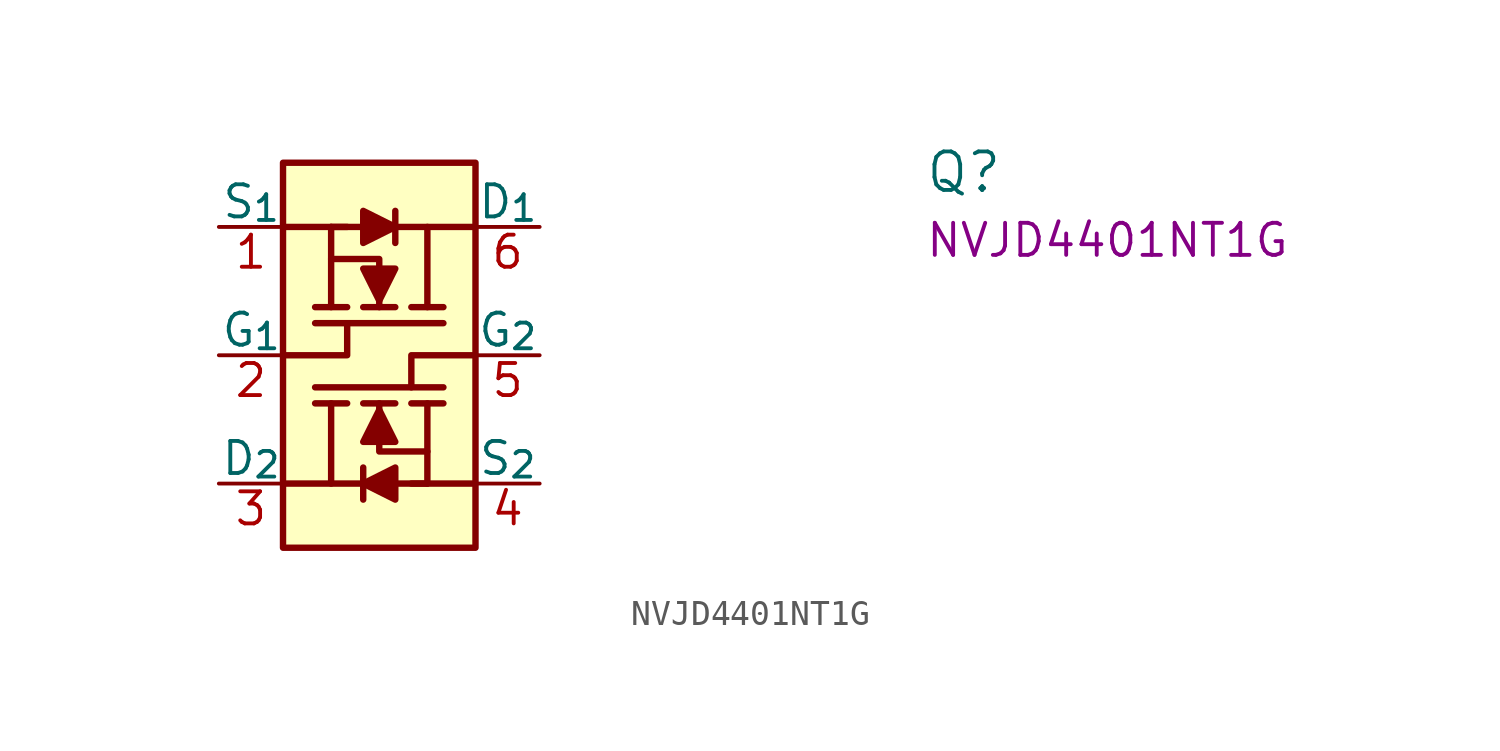
<source format=kicad_sym>
(kicad_symbol_lib
  (version 20220914)
  (generator kicad_symbol_editor)
  (symbol "NVJD4401NT1G"
    (pin_names
      (offset 0))
    (property "Reference" "Q"
      (at 27.94 1.27 0)
      (effects (font (size 1.524 1.524)) (justify left bottom)))
    (property "MPN" "NVJD4401NT1G"
      (at 27.94 -1.27 0)
      (effects (font (size 1.27 1.27)) (justify left bottom)))
    (symbol "NVJD4401NT1G_1_1"
      (polyline (pts (xy 2.54 0) (xy 10.16 0)) (stroke (width 0.254) (type default)) (fill (type background)))
      (polyline (pts (xy 3.81 -6.35) (xy 8.89 -6.35)) (stroke (width 0.254) (type default)) (fill (type background)))
      (polyline (pts (xy 4.445 -6.985) (xy 4.445 -10.16)) (stroke (width 0.254) (type default)) (fill (type background)))
      (polyline (pts (xy 4.445 -1.27) (xy 4.445 0)) (stroke (width 0.254) (type default)) (fill (type background)))
      (polyline (pts (xy 5.08 -6.985) (xy 3.81 -6.985)) (stroke (width 0.254) (type default)) (fill (type background)))
      (polyline (pts (xy 5.08 -3.175) (xy 3.81 -3.175)) (stroke (width 0.254) (type default)) (fill (type background)))
      (polyline (pts (xy 5.08 0) (xy 4.445 0)) (stroke (width 0.254) (type default)) (fill (type background)))
      (polyline (pts (xy 5.715 -10.795) (xy 5.715 -9.525)) (stroke (width 0.254) (type default)) (fill (type background)))
      (polyline (pts (xy 5.715 -3.175) (xy 6.985 -3.175)) (stroke (width 0.254) (type default)) (fill (type background)))
      (polyline (pts (xy 6.985 -6.985) (xy 5.715 -6.985)) (stroke (width 0.254) (type default)) (fill (type background)))
      (polyline (pts (xy 6.985 -0.635) (xy 6.985 0.635)) (stroke (width 0.254) (type default)) (fill (type background)))
      (polyline (pts (xy 7.62 -6.985) (xy 8.89 -6.985)) (stroke (width 0.254) (type default)) (fill (type background)))
      (polyline (pts (xy 7.62 -3.175) (xy 8.89 -3.175)) (stroke (width 0.254) (type default)) (fill (type background)))
      (polyline (pts (xy 8.255 -10.16) (xy 7.62 -10.16)) (stroke (width 0.254) (type default)) (fill (type background)))
      (polyline (pts (xy 8.255 -8.89) (xy 8.255 -10.16)) (stroke (width 0.254) (type default)) (fill (type background)))
      (polyline (pts (xy 8.255 -3.175) (xy 8.255 0)) (stroke (width 0.254) (type default)) (fill (type background)))
      (polyline (pts (xy 8.89 -3.81) (xy 3.81 -3.81)) (stroke (width 0.254) (type default)) (fill (type background)))
      (polyline (pts (xy 10.16 -10.16) (xy 2.54 -10.16)) (stroke (width 0.254) (type default)) (fill (type background)))
      (polyline (pts (xy 2.54 -5.08) (xy 5.08 -5.08) (xy 5.08 -3.81)) (stroke (width 0.254) (type default)) (fill (type background)))
      (polyline (pts (xy 10.16 -5.08) (xy 7.62 -5.08) (xy 7.62 -6.35)) (stroke (width 0.254) (type default)) (fill (type background)))
      (polyline (pts (xy 5.715 -1.651) (xy 6.35 -2.921) (xy 6.985 -1.651) (xy 5.715 -1.651)) (stroke (width 0.254) (type default)) (fill (type outline)))
      (polyline (pts (xy 5.715 -0.635) (xy 6.985 0) (xy 5.715 0.635) (xy 5.715 -0.635)) (stroke (width 0.254) (type default)) (fill (type outline)))
      (polyline (pts (xy 6.35 -6.985) (xy 6.35 -8.89) (xy 8.255 -8.89) (xy 8.255 -6.985)) (stroke (width 0.254) (type default)) (fill (type background)))
      (polyline (pts (xy 6.35 -3.175) (xy 6.35 -1.27) (xy 4.445 -1.27) (xy 4.445 -3.175)) (stroke (width 0.254) (type default)) (fill (type background)))
      (polyline (pts (xy 6.985 -9.525) (xy 5.715 -10.16) (xy 6.985 -10.795) (xy 6.985 -9.525)) (stroke (width 0.254) (type default)) (fill (type outline)))
      (polyline (pts (xy 6.985 -8.509) (xy 6.35 -7.239) (xy 5.715 -8.509) (xy 6.985 -8.509)) (stroke (width 0.254) (type default)) (fill (type outline)))
      (polyline (pts (xy 2.54 2.54) (xy 10.16 2.54) (xy 10.16 -12.7) (xy 2.54 -12.7) (xy 2.54 2.54)) (stroke (width 0.254) (type default)) (fill (type background)))
      (pin input line (at 0 0 0) (length 2.54) (name "S_{1}" (effects (font (size 1.27 1.27)))) (number "1" (effects (font (size 1.27 1.27)))))
      (pin input line (at 0 -5.08 0) (length 2.54) (name "G_{1}" (effects (font (size 1.27 1.27)))) (number "2" (effects (font (size 1.27 1.27)))))
      (pin output line (at 0 -10.16 0) (length 2.54) (name "D_{2}" (effects (font (size 1.27 1.27)))) (number "3" (effects (font (size 1.27 1.27)))))
      (pin input line (at 12.7 -10.16 180) (length 2.54) (name "S_{2}" (effects (font (size 1.27 1.27)))) (number "4" (effects (font (size 1.27 1.27)))))
      (pin input line (at 12.7 -5.08 180) (length 2.54) (name "G_{2}" (effects (font (size 1.27 1.27)))) (number "5" (effects (font (size 1.27 1.27)))))
      (pin output line (at 12.7 0 180) (length 2.54) (name "D_{1}" (effects (font (size 1.27 1.27)))) (number "6" (effects (font (size 1.27 1.27))))))))
</source>
